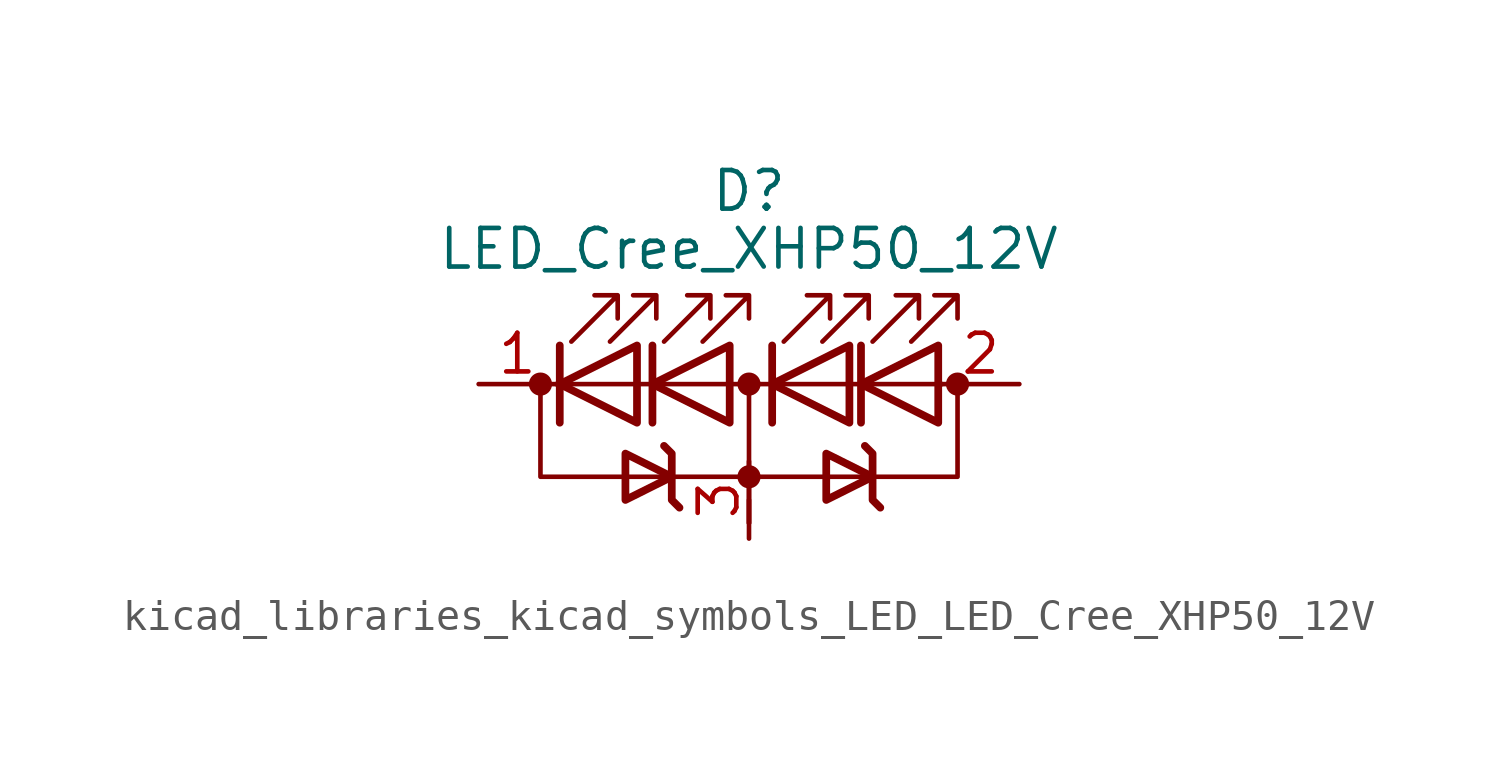
<source format=kicad_sym>
(kicad_symbol_lib
  (version 20220914)
  (generator kicad_symbol_editor)
  (symbol "kicad_libraries_kicad_symbols_LED_LED_Cree_XHP50_12V"
    (pin_names
      (offset 1.016) hide)
    (property "Reference" "D"
      (at 0 6.35 0)
      (effects (font (size 1.27 1.27))))
    (property "Value" "LED_Cree_XHP50_12V"
      (at 0 4.445 0)
      (effects (font (size 1.27 1.27))))
    (symbol "kicad_libraries_kicad_symbols_LED_LED_Cree_XHP50_12V_0_1"
      (circle (center -6.858 0) (radius 0.254) (stroke (width 0.254) (type default)) (fill (type outline)))
      (circle (center 0 -3.048) (radius 0.254) (stroke (width 0.254) (type default)) (fill (type outline)))
      (polyline (pts (xy -6.35 0) (xy 6.35 0)) (stroke (width 0) (type default)) (fill (type none)))
      (polyline (pts (xy -6.223 -1.27) (xy -6.223 1.27)) (stroke (width 0.254) (type default)) (fill (type none)))
      (polyline (pts (xy -3.175 -1.27) (xy -3.175 1.27)) (stroke (width 0.254) (type default)) (fill (type none)))
      (polyline (pts (xy 0 -3.81) (xy 0 -4.572)) (stroke (width 0) (type default)) (fill (type none)))
      (polyline (pts (xy 0 0) (xy 0 -4.572)) (stroke (width 0) (type default)) (fill (type none)))
      (polyline (pts (xy 0.762 -1.27) (xy 0.762 1.27)) (stroke (width 0.254) (type default)) (fill (type none)))
      (polyline (pts (xy 3.683 -1.27) (xy 3.683 1.27)) (stroke (width 0.254) (type default)) (fill (type none)))
      (polyline (pts (xy -6.858 0) (xy -6.858 -3.048) (xy 6.858 -3.048) (xy 6.858 0)) (stroke (width 0) (type default)) (fill (type none)))
      (polyline (pts (xy -3.683 -1.27) (xy -3.683 1.27) (xy -6.223 0) (xy -3.683 -1.27)) (stroke (width 0.254) (type default)) (fill (type none)))
      (polyline (pts (xy -2.286 -4.064) (xy -2.54 -3.81) (xy -2.54 -2.286) (xy -2.794 -2.032)) (stroke (width 0.254) (type default)) (fill (type none)))
      (polyline (pts (xy -0.635 -1.27) (xy -0.635 1.27) (xy -3.175 0) (xy -0.635 -1.27)) (stroke (width 0.254) (type default)) (fill (type none)))
      (polyline (pts (xy 3.302 -1.27) (xy 3.302 1.27) (xy 0.762 0) (xy 3.302 -1.27)) (stroke (width 0.254) (type default)) (fill (type none)))
      (polyline (pts (xy 4.318 -4.064) (xy 4.064 -3.81) (xy 4.064 -2.286) (xy 3.81 -2.032)) (stroke (width 0.254) (type default)) (fill (type none)))
      (polyline (pts (xy 6.223 -1.27) (xy 6.223 1.27) (xy 3.683 0) (xy 6.223 -1.27)) (stroke (width 0.254) (type default)) (fill (type none)))
      (polyline (pts (xy -5.842 1.397) (xy -4.318 2.921) (xy -5.08 2.921) (xy -4.318 2.921) (xy -4.318 2.159)) (stroke (width 0) (type default)) (fill (type none)))
      (polyline (pts (xy -4.572 1.397) (xy -3.048 2.921) (xy -3.81 2.921) (xy -3.048 2.921) (xy -3.048 2.159)) (stroke (width 0) (type default)) (fill (type none)))
      (polyline (pts (xy -4.064 -3.81) (xy -4.064 -2.286) (xy -2.54 -3.048) (xy -4.064 -3.81) (xy -4.064 -3.556)) (stroke (width 0.254) (type default)) (fill (type none)))
      (polyline (pts (xy -2.794 1.397) (xy -1.27 2.921) (xy -2.032 2.921) (xy -1.27 2.921) (xy -1.27 2.159)) (stroke (width 0) (type default)) (fill (type none)))
      (polyline (pts (xy -1.524 1.397) (xy 0 2.921) (xy -0.762 2.921) (xy 0 2.921) (xy 0 2.159)) (stroke (width 0) (type default)) (fill (type none)))
      (polyline (pts (xy 1.143 1.397) (xy 2.667 2.921) (xy 1.905 2.921) (xy 2.667 2.921) (xy 2.667 2.159)) (stroke (width 0) (type default)) (fill (type none)))
      (polyline (pts (xy 2.413 1.397) (xy 3.937 2.921) (xy 3.175 2.921) (xy 3.937 2.921) (xy 3.937 2.159)) (stroke (width 0) (type default)) (fill (type none)))
      (polyline (pts (xy 2.54 -3.81) (xy 2.54 -2.286) (xy 4.064 -3.048) (xy 2.54 -3.81) (xy 2.54 -3.556)) (stroke (width 0.254) (type default)) (fill (type none)))
      (polyline (pts (xy 4.064 1.397) (xy 5.588 2.921) (xy 4.826 2.921) (xy 5.588 2.921) (xy 5.588 2.159)) (stroke (width 0) (type default)) (fill (type none)))
      (polyline (pts (xy 5.334 1.397) (xy 6.858 2.921) (xy 6.096 2.921) (xy 6.858 2.921) (xy 6.858 2.159)) (stroke (width 0) (type default)) (fill (type none)))
      (circle (center 0 0) (radius 0.254) (stroke (width 0.254) (type default)) (fill (type outline)))
      (circle (center 6.858 0) (radius 0.254) (stroke (width 0.254) (type default)) (fill (type outline))))
    (symbol "kicad_libraries_kicad_symbols_LED_LED_Cree_XHP50_12V_1_1"
      (pin passive line (at -8.89 0 0) (length 2.54) (name "K" (effects (font (size 1.27 1.27)))) (number "1" (effects (font (size 1.27 1.27)))))
      (pin passive line (at 8.89 0 180) (length 2.54) (name "A" (effects (font (size 1.27 1.27)))) (number "2" (effects (font (size 1.27 1.27)))))
      (pin passive line (at 0 -5.08 90) (length 2.54) (name "PAD" (effects (font (size 1.27 1.27)))) (number "3" (effects (font (size 1.27 1.27))))))))
</source>
